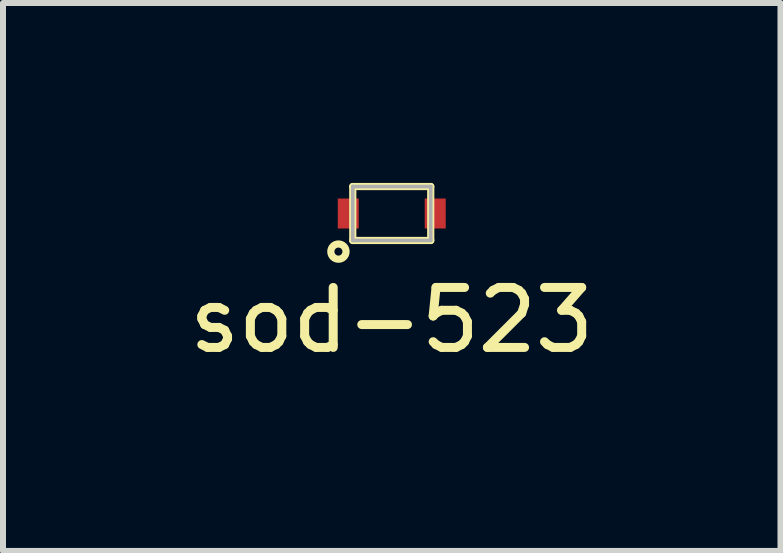
<source format=kicad_pcb>
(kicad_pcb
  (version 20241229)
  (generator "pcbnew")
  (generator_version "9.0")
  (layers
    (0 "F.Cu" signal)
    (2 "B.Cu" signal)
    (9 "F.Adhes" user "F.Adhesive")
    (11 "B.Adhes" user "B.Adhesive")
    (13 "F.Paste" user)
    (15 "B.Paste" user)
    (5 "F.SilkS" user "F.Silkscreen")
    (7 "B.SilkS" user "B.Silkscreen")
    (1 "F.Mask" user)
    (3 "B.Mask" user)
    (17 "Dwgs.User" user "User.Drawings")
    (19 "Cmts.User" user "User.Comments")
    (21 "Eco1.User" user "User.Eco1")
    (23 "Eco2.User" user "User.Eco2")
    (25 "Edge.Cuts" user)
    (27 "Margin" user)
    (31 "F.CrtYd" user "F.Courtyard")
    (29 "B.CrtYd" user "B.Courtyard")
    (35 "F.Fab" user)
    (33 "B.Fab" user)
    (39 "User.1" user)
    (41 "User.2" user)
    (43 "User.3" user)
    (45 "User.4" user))
  (footprint "sod-523"
    (layer "F.Cu")
    (at 3.482 0.51)
    (property "Reference" "sod-523" (at 0 1.778 0) (layer "F.SilkS") (effects (font (size 1 1) (thickness 0.15))))
    (attr through_hole)
    (fp_line (start -0.65 -0.45) (end -0.65 0.45) (stroke (width 0.12) (type solid)) (layer "F.SilkS"))
    (fp_line (start -0.65 -0.45) (end 0.65 -0.45) (stroke (width 0.12) (type solid)) (layer "F.SilkS"))
    (fp_line (start -0.65 0.45) (end 0.65 0.45) (stroke (width 0.12) (type solid)) (layer "F.SilkS"))
    (fp_line (start 0.65 -0.45) (end 0.65 0.45) (stroke (width 0.12) (type solid)) (layer "F.SilkS"))
    (fp_circle (center -0.889 0.635) (end -1.016 0.635) (stroke (width 0.12) (type solid)) (fill no) (layer "F.SilkS"))
    (fp_line (start -0.65 -0.45) (end -0.65 0.45) (stroke (width 0.06) (type solid)) (layer "F.Fab"))
    (fp_line (start -0.65 -0.45) (end 0.65 -0.45) (stroke (width 0.06) (type solid)) (layer "F.Fab"))
    (fp_line (start -0.65 0.45) (end 0.65 0.45) (stroke (width 0.06) (type solid)) (layer "F.Fab"))
    (fp_line (start 0.65 -0.45) (end 0.65 0.45) (stroke (width 0.06) (type solid)) (layer "F.Fab"))
    (pad "1" smd rect (at -0.725 0) (size 0.35 0.5) (layers "F.Cu" "F.Mask" "F.Paste"))
    (pad "2" smd rect (at 0.725 0) (size 0.35 0.5) (layers "F.Cu" "F.Mask" "F.Paste")))
  (gr_rect
    (start -3 -3)
    (end 9.964 6.136)
    (stroke (width 0.1) (type default))
    (fill no)
    (layer "Edge.Cuts")))
</source>
